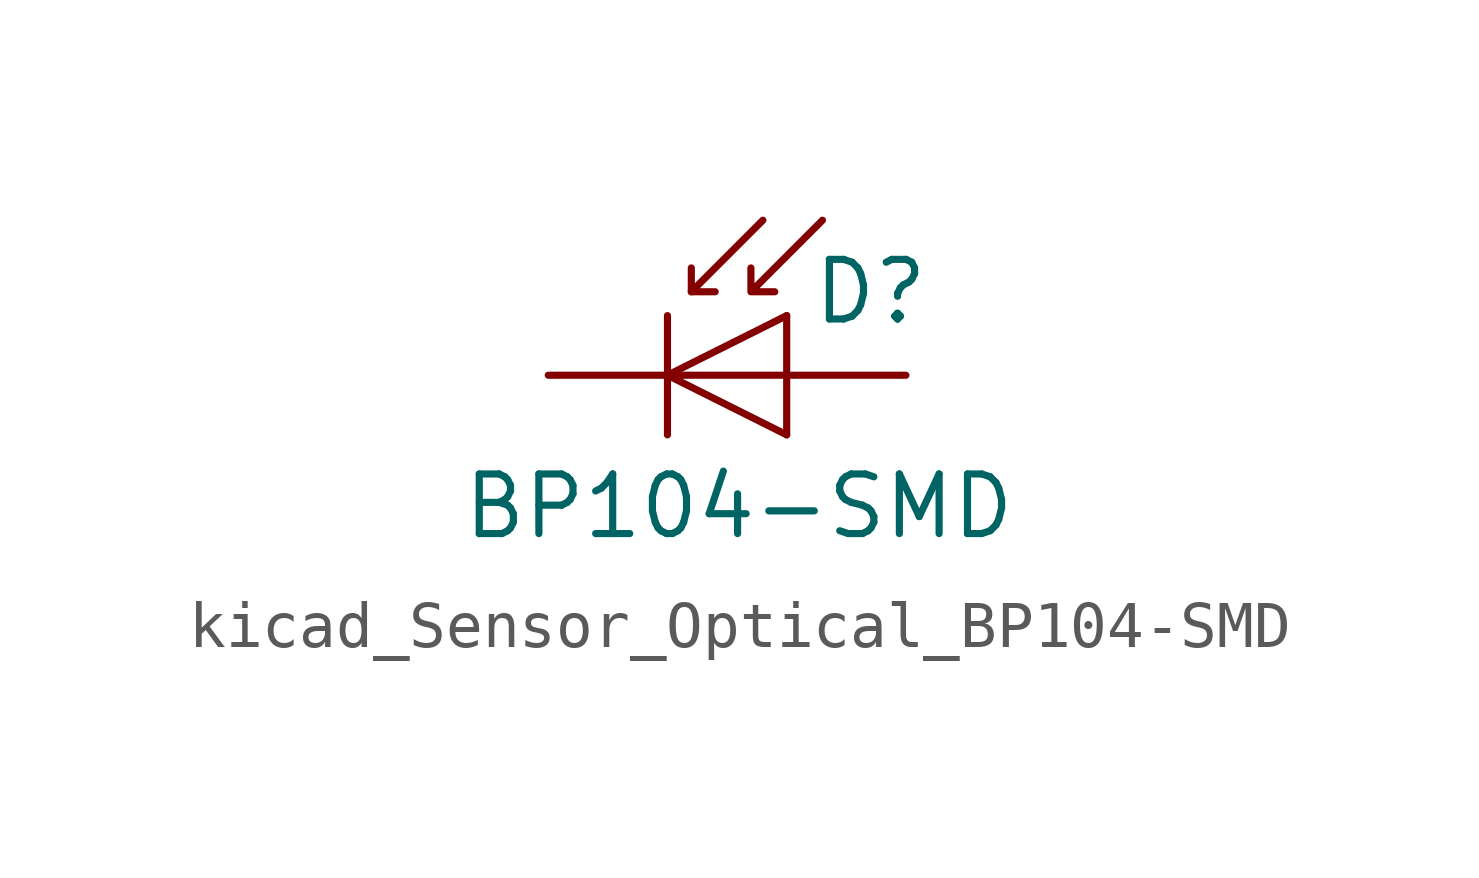
<source format=kicad_sym>
(kicad_symbol_lib
  (version 20220914)
  (generator kicad_symbol_editor)
  (symbol "kicad_Sensor_Optical_BP104-SMD"
    (pin_numbers hide)
    (pin_names
      (offset 1.016) hide)
    (property "Reference" "D"
      (at 0.508 1.778 0)
      (effects (font (size 1.27 1.27)) (justify left)))
    (property "Value" "BP104-SMD"
      (at -1.016 -2.794 0)
      (effects (font (size 1.27 1.27))))
    (symbol "kicad_Sensor_Optical_BP104-SMD_0_1"
      (polyline (pts (xy -2.54 1.27) (xy -2.54 -1.27)) (stroke (width 0.152) (type default)) (fill (type none)))
      (polyline (pts (xy -2.032 1.778) (xy -1.524 1.778)) (stroke (width 0) (type default)) (fill (type none)))
      (polyline (pts (xy 0 -1.27) (xy 0 1.27)) (stroke (width 0) (type default)) (fill (type none)))
      (polyline (pts (xy 0 0) (xy -2.54 0)) (stroke (width 0) (type default)) (fill (type none)))
      (polyline (pts (xy -0.508 3.302) (xy -2.032 1.778) (xy -2.032 2.286)) (stroke (width 0) (type default)) (fill (type none)))
      (polyline (pts (xy 0 1.27) (xy -2.54 0) (xy 0 -1.27)) (stroke (width 0) (type default)) (fill (type none)))
      (polyline (pts (xy 0.762 3.302) (xy -0.762 1.778) (xy -0.762 2.286) (xy -0.762 1.778) (xy -0.254 1.778)) (stroke (width 0) (type default)) (fill (type none))))
    (symbol "kicad_Sensor_Optical_BP104-SMD_1_1"
      (pin passive line (at -5.08 0 0) (length 2.54) (name "K" (effects (font (size 1.27 1.27)))) (number "1" (effects (font (size 1.27 1.27)))))
      (pin passive line (at 2.54 0 180) (length 2.54) (name "A" (effects (font (size 1.27 1.27)))) (number "2" (effects (font (size 1.27 1.27))))))))
</source>
